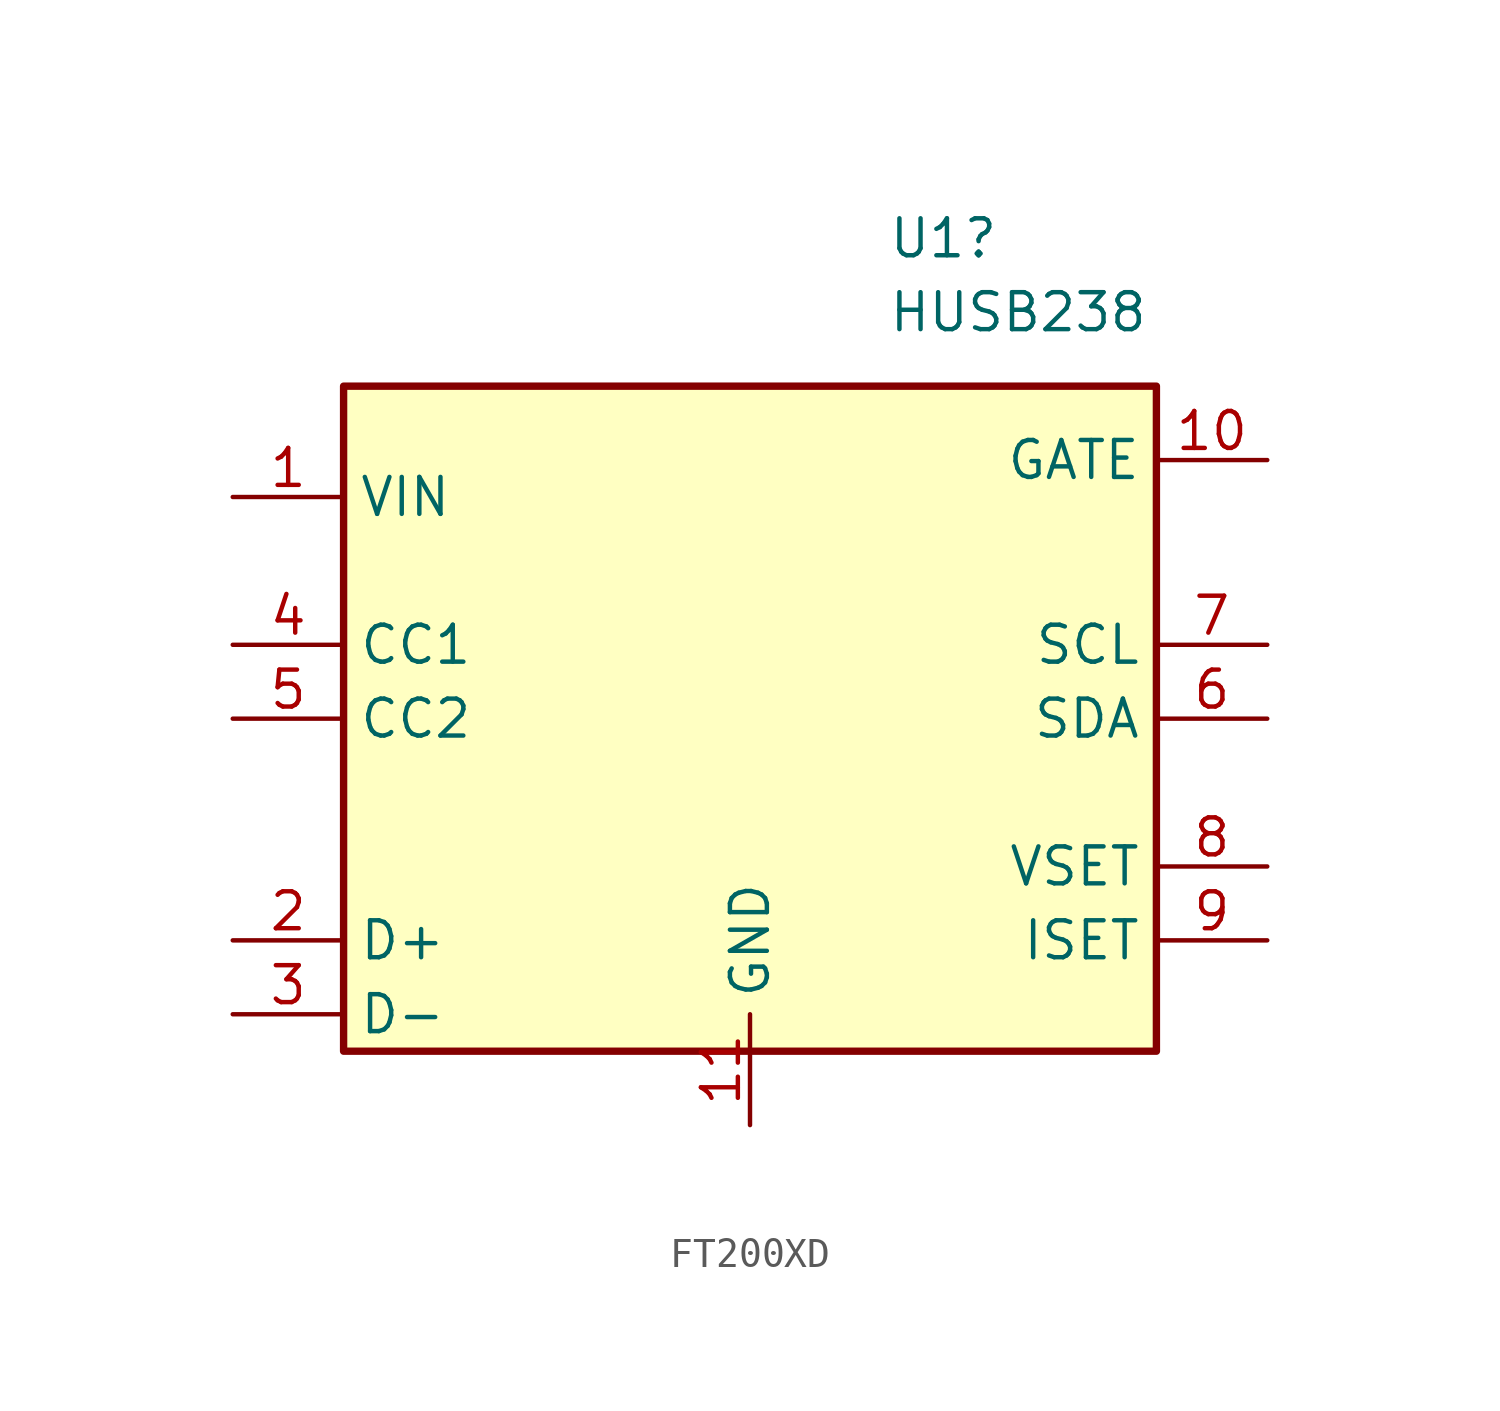
<source format=kicad_sym>
(kicad_symbol_lib
  (version 20231120)
  (generator "kicad_symbol_editor")
  (generator_version "8.0")
  (symbol "FT200XD"
    (property "Reference" "U1"
      (at 4.734 16.51 0)
      (effects (font (size 1.27 1.27)) (justify left)))
    (property "Value" "HUSB238"
      (at 4.734 13.97 0)
      (effects (font (size 1.27 1.27)) (justify left)))
    (symbol "FT200XD_0_1"
      (rectangle (start -13.97 11.43) (end 13.97 -11.43) (stroke (width 0.254) (type default)) (fill (type background))))
    (symbol "FT200XD_1_1"
      (pin power_in line (at -17.78 7.62 0) (length 3.81) (name "VIN" (effects (font (size 1.27 1.27)))) (number "1" (effects (font (size 1.27 1.27)))))
      (pin output line (at 17.78 8.89 180) (length 3.81) (name "GATE" (effects (font (size 1.27 1.27)))) (number "10" (effects (font (size 1.27 1.27)))))
      (pin power_in line (at 0 -13.97 90) (length 3.81) (name "GND" (effects (font (size 1.27 1.27)))) (number "11" (effects (font (size 1.27 1.27)))))
      (pin bidirectional line (at -17.78 -7.62 0) (length 3.81) (name "D+" (effects (font (size 1.27 1.27)))) (number "2" (effects (font (size 1.27 1.27)))))
      (pin bidirectional line (at -17.78 -10.16 0) (length 3.81) (name "D-" (effects (font (size 1.27 1.27)))) (number "3" (effects (font (size 1.27 1.27)))))
      (pin bidirectional line (at -17.78 2.54 0) (length 3.81) (name "CC1" (effects (font (size 1.27 1.27)))) (number "4" (effects (font (size 1.27 1.27)))))
      (pin bidirectional line (at -17.78 0 0) (length 3.81) (name "CC2" (effects (font (size 1.27 1.27)))) (number "5" (effects (font (size 1.27 1.27)))))
      (pin bidirectional line (at 17.78 0 180) (length 3.81) (name "SDA" (effects (font (size 1.27 1.27)))) (number "6" (effects (font (size 1.27 1.27)))))
      (pin bidirectional line (at 17.78 2.54 180) (length 3.81) (name "SCL" (effects (font (size 1.27 1.27)))) (number "7" (effects (font (size 1.27 1.27)))))
      (pin input line (at 17.78 -5.08 180) (length 3.81) (name "VSET" (effects (font (size 1.27 1.27)))) (number "8" (effects (font (size 1.27 1.27)))))
      (pin input line (at 17.78 -7.62 180) (length 3.81) (name "ISET" (effects (font (size 1.27 1.27)))) (number "9" (effects (font (size 1.27 1.27))))))))
</source>
